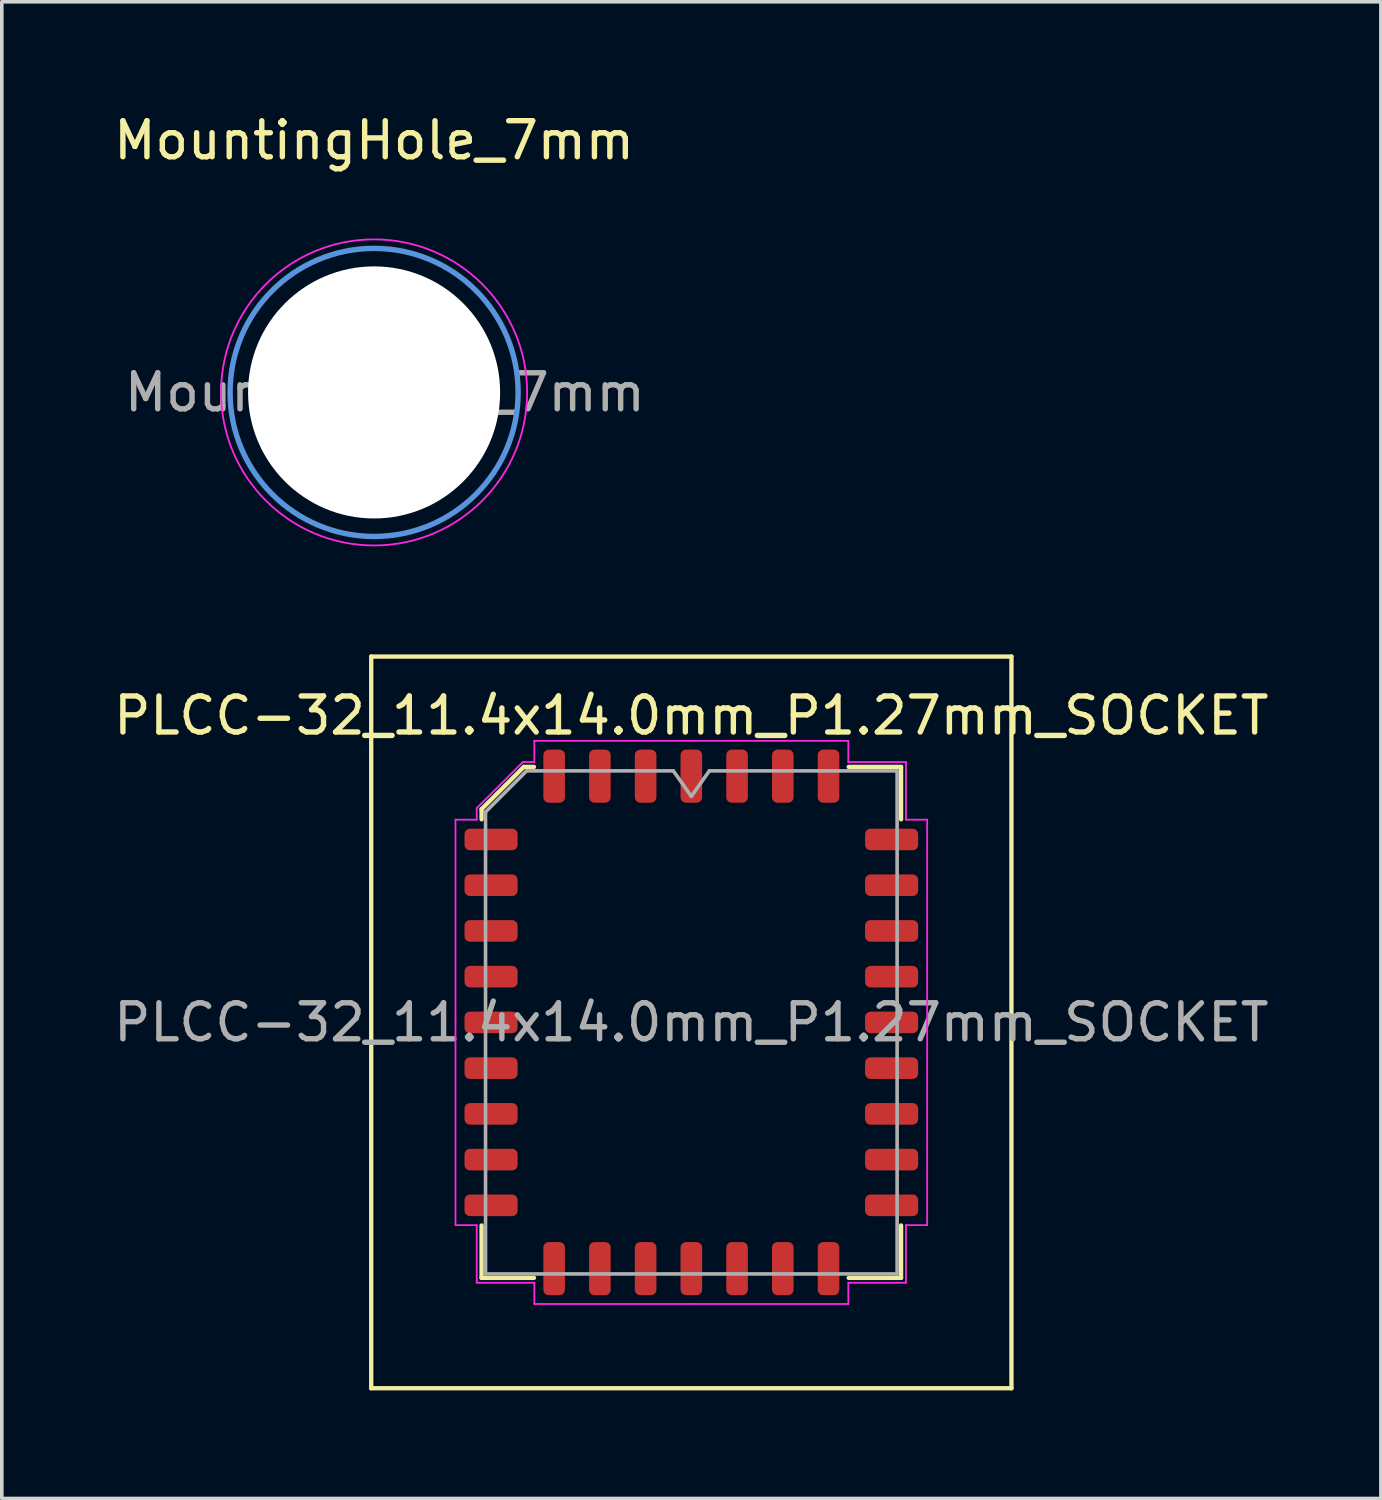
<source format=kicad_pcb>
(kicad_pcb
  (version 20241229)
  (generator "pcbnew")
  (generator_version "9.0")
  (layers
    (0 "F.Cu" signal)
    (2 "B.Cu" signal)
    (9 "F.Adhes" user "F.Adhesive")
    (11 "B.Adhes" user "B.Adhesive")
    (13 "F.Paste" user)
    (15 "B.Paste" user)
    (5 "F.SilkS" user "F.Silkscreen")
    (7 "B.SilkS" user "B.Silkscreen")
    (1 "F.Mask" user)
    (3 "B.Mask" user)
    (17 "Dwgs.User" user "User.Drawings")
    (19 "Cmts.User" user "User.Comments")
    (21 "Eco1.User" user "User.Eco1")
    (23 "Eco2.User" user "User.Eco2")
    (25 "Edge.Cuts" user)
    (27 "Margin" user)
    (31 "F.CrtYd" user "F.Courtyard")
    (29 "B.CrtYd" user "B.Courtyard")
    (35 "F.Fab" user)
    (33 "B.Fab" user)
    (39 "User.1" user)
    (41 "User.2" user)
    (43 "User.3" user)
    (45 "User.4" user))
  (footprint "PLCC-32_11.4x14.0mm_P1.27mm_SOCKET"
    (layer "F.Cu")
    (at 16.149 25.343)
    (property "Reference" "PLCC-32_11.4x14.0mm_P1.27mm_SOCKET" (at 0 -8.52 0) (layer "F.SilkS") (effects (font (size 1 1) (thickness 0.15))))
    (attr smd)
    (fp_line (start -8.89 -10.16) (end 8.89 -10.16) (stroke (width 0.12) (type solid)) (layer "F.SilkS"))
    (fp_line (start -8.89 10.16) (end -8.89 -10.16) (stroke (width 0.12) (type solid)) (layer "F.SilkS"))
    (fp_line (start -5.825 -5.923) (end -5.825 -5.64) (stroke (width 0.12) (type solid)) (layer "F.SilkS"))
    (fp_line (start -5.825 7.095) (end -5.825 5.64) (stroke (width 0.12) (type solid)) (layer "F.SilkS"))
    (fp_line (start -4.653 -7.095) (end -5.825 -5.923) (stroke (width 0.12) (type solid)) (layer "F.SilkS"))
    (fp_line (start -4.37 -7.095) (end -4.653 -7.095) (stroke (width 0.12) (type solid)) (layer "F.SilkS"))
    (fp_line (start -4.37 7.095) (end -5.825 7.095) (stroke (width 0.12) (type solid)) (layer "F.SilkS"))
    (fp_line (start 4.37 -7.095) (end 5.825 -7.095) (stroke (width 0.12) (type solid)) (layer "F.SilkS"))
    (fp_line (start 4.37 7.095) (end 5.825 7.095) (stroke (width 0.12) (type solid)) (layer "F.SilkS"))
    (fp_line (start 5.825 -7.095) (end 5.825 -5.64) (stroke (width 0.12) (type solid)) (layer "F.SilkS"))
    (fp_line (start 5.825 7.095) (end 5.825 5.64) (stroke (width 0.12) (type solid)) (layer "F.SilkS"))
    (fp_line (start 8.89 -10.16) (end 8.89 10.16) (stroke (width 0.12) (type solid)) (layer "F.SilkS"))
    (fp_line (start 8.89 10.16) (end -8.89 10.16) (stroke (width 0.12) (type solid)) (layer "F.SilkS"))
    (fp_line (start -6.55 -5.63) (end -6.55 0) (stroke (width 0.05) (type solid)) (layer "F.CrtYd"))
    (fp_line (start -6.55 5.63) (end -6.55 0) (stroke (width 0.05) (type solid)) (layer "F.CrtYd"))
    (fp_line (start -5.96 -5.95) (end -5.96 -5.63) (stroke (width 0.05) (type solid)) (layer "F.CrtYd"))
    (fp_line (start -5.96 -5.63) (end -6.55 -5.63) (stroke (width 0.05) (type solid)) (layer "F.CrtYd"))
    (fp_line (start -5.96 5.63) (end -6.55 5.63) (stroke (width 0.05) (type solid)) (layer "F.CrtYd"))
    (fp_line (start -5.96 7.23) (end -5.96 5.63) (stroke (width 0.05) (type solid)) (layer "F.CrtYd"))
    (fp_line (start -4.68 -7.23) (end -5.96 -5.95) (stroke (width 0.05) (type solid)) (layer "F.CrtYd"))
    (fp_line (start -4.36 -7.82) (end -4.36 -7.23) (stroke (width 0.05) (type solid)) (layer "F.CrtYd"))
    (fp_line (start -4.36 -7.23) (end -4.68 -7.23) (stroke (width 0.05) (type solid)) (layer "F.CrtYd"))
    (fp_line (start -4.36 7.23) (end -5.96 7.23) (stroke (width 0.05) (type solid)) (layer "F.CrtYd"))
    (fp_line (start -4.36 7.82) (end -4.36 7.23) (stroke (width 0.05) (type solid)) (layer "F.CrtYd"))
    (fp_line (start 0 -7.82) (end -4.36 -7.82) (stroke (width 0.05) (type solid)) (layer "F.CrtYd"))
    (fp_line (start 0 -7.82) (end 4.36 -7.82) (stroke (width 0.05) (type solid)) (layer "F.CrtYd"))
    (fp_line (start 0 7.82) (end -4.36 7.82) (stroke (width 0.05) (type solid)) (layer "F.CrtYd"))
    (fp_line (start 0 7.82) (end 4.36 7.82) (stroke (width 0.05) (type solid)) (layer "F.CrtYd"))
    (fp_line (start 4.36 -7.82) (end 4.36 -7.23) (stroke (width 0.05) (type solid)) (layer "F.CrtYd"))
    (fp_line (start 4.36 -7.23) (end 5.96 -7.23) (stroke (width 0.05) (type solid)) (layer "F.CrtYd"))
    (fp_line (start 4.36 7.23) (end 5.96 7.23) (stroke (width 0.05) (type solid)) (layer "F.CrtYd"))
    (fp_line (start 4.36 7.82) (end 4.36 7.23) (stroke (width 0.05) (type solid)) (layer "F.CrtYd"))
    (fp_line (start 5.96 -7.23) (end 5.96 -5.63) (stroke (width 0.05) (type solid)) (layer "F.CrtYd"))
    (fp_line (start 5.96 -5.63) (end 6.55 -5.63) (stroke (width 0.05) (type solid)) (layer "F.CrtYd"))
    (fp_line (start 5.96 5.63) (end 6.55 5.63) (stroke (width 0.05) (type solid)) (layer "F.CrtYd"))
    (fp_line (start 5.96 7.23) (end 5.96 5.63) (stroke (width 0.05) (type solid)) (layer "F.CrtYd"))
    (fp_line (start 6.55 -5.63) (end 6.55 0) (stroke (width 0.05) (type solid)) (layer "F.CrtYd"))
    (fp_line (start 6.55 5.63) (end 6.55 0) (stroke (width 0.05) (type solid)) (layer "F.CrtYd"))
    (fp_line (start -5.715 -5.845) (end -4.575 -6.985) (stroke (width 0.1) (type solid)) (layer "F.Fab"))
    (fp_line (start -5.715 6.985) (end -5.715 -5.845) (stroke (width 0.1) (type solid)) (layer "F.Fab"))
    (fp_line (start -4.575 -6.985) (end -0.5 -6.985) (stroke (width 0.1) (type solid)) (layer "F.Fab"))
    (fp_line (start -0.5 -6.985) (end 0 -6.278) (stroke (width 0.1) (type solid)) (layer "F.Fab"))
    (fp_line (start 0 -6.278) (end 0.5 -6.985) (stroke (width 0.1) (type solid)) (layer "F.Fab"))
    (fp_line (start 0.5 -6.985) (end 5.715 -6.985) (stroke (width 0.1) (type solid)) (layer "F.Fab"))
    (fp_line (start 5.715 -6.985) (end 5.715 6.985) (stroke (width 0.1) (type solid)) (layer "F.Fab"))
    (fp_line (start 5.715 6.985) (end -5.715 6.985) (stroke (width 0.1) (type solid)) (layer "F.Fab"))
    (fp_text user "${REFERENCE}" (at 0 0 0) (layer "F.Fab") (effects (font (size 1 1) (thickness 0.15))))
    (pad "1" smd roundrect (at 0 -6.838) (size 0.6 1.475) (layers "F.Cu" "F.Mask" "F.Paste") (roundrect_rratio 0.25))
    (pad "2" smd roundrect (at -1.27 -6.838) (size 0.6 1.475) (layers "F.Cu" "F.Mask" "F.Paste") (roundrect_rratio 0.25))
    (pad "3" smd roundrect (at -2.54 -6.838) (size 0.6 1.475) (layers "F.Cu" "F.Mask" "F.Paste") (roundrect_rratio 0.25))
    (pad "4" smd roundrect (at -3.81 -6.838) (size 0.6 1.475) (layers "F.Cu" "F.Mask" "F.Paste") (roundrect_rratio 0.25))
    (pad "5" smd roundrect (at -5.562 -5.08) (size 1.475 0.6) (layers "F.Cu" "F.Mask" "F.Paste") (roundrect_rratio 0.25))
    (pad "6" smd roundrect (at -5.562 -3.81) (size 1.475 0.6) (layers "F.Cu" "F.Mask" "F.Paste") (roundrect_rratio 0.25))
    (pad "7" smd roundrect (at -5.562 -2.54) (size 1.475 0.6) (layers "F.Cu" "F.Mask" "F.Paste") (roundrect_rratio 0.25))
    (pad "8" smd roundrect (at -5.562 -1.27) (size 1.475 0.6) (layers "F.Cu" "F.Mask" "F.Paste") (roundrect_rratio 0.25))
    (pad "9" smd roundrect (at -5.562 0) (size 1.475 0.6) (layers "F.Cu" "F.Mask" "F.Paste") (roundrect_rratio 0.25))
    (pad "10" smd roundrect (at -5.562 1.27) (size 1.475 0.6) (layers "F.Cu" "F.Mask" "F.Paste") (roundrect_rratio 0.25))
    (pad "11" smd roundrect (at -5.562 2.54) (size 1.475 0.6) (layers "F.Cu" "F.Mask" "F.Paste") (roundrect_rratio 0.25))
    (pad "12" smd roundrect (at -5.562 3.81) (size 1.475 0.6) (layers "F.Cu" "F.Mask" "F.Paste") (roundrect_rratio 0.25))
    (pad "13" smd roundrect (at -5.562 5.08) (size 1.475 0.6) (layers "F.Cu" "F.Mask" "F.Paste") (roundrect_rratio 0.25))
    (pad "14" smd roundrect (at -3.81 6.838) (size 0.6 1.475) (layers "F.Cu" "F.Mask" "F.Paste") (roundrect_rratio 0.25))
    (pad "15" smd roundrect (at -2.54 6.838) (size 0.6 1.475) (layers "F.Cu" "F.Mask" "F.Paste") (roundrect_rratio 0.25))
    (pad "16" smd roundrect (at -1.27 6.838) (size 0.6 1.475) (layers "F.Cu" "F.Mask" "F.Paste") (roundrect_rratio 0.25))
    (pad "17" smd roundrect (at 0 6.838) (size 0.6 1.475) (layers "F.Cu" "F.Mask" "F.Paste") (roundrect_rratio 0.25))
    (pad "18" smd roundrect (at 1.27 6.838) (size 0.6 1.475) (layers "F.Cu" "F.Mask" "F.Paste") (roundrect_rratio 0.25))
    (pad "19" smd roundrect (at 2.54 6.838) (size 0.6 1.475) (layers "F.Cu" "F.Mask" "F.Paste") (roundrect_rratio 0.25))
    (pad "20" smd roundrect (at 3.81 6.838) (size 0.6 1.475) (layers "F.Cu" "F.Mask" "F.Paste") (roundrect_rratio 0.25))
    (pad "21" smd roundrect (at 5.562 5.08) (size 1.475 0.6) (layers "F.Cu" "F.Mask" "F.Paste") (roundrect_rratio 0.25))
    (pad "22" smd roundrect (at 5.562 3.81) (size 1.475 0.6) (layers "F.Cu" "F.Mask" "F.Paste") (roundrect_rratio 0.25))
    (pad "23" smd roundrect (at 5.562 2.54) (size 1.475 0.6) (layers "F.Cu" "F.Mask" "F.Paste") (roundrect_rratio 0.25))
    (pad "24" smd roundrect (at 5.562 1.27) (size 1.475 0.6) (layers "F.Cu" "F.Mask" "F.Paste") (roundrect_rratio 0.25))
    (pad "25" smd roundrect (at 5.562 0) (size 1.475 0.6) (layers "F.Cu" "F.Mask" "F.Paste") (roundrect_rratio 0.25))
    (pad "26" smd roundrect (at 5.562 -1.27) (size 1.475 0.6) (layers "F.Cu" "F.Mask" "F.Paste") (roundrect_rratio 0.25))
    (pad "27" smd roundrect (at 5.562 -2.54) (size 1.475 0.6) (layers "F.Cu" "F.Mask" "F.Paste") (roundrect_rratio 0.25))
    (pad "28" smd roundrect (at 5.562 -3.81) (size 1.475 0.6) (layers "F.Cu" "F.Mask" "F.Paste") (roundrect_rratio 0.25))
    (pad "29" smd roundrect (at 5.562 -5.08) (size 1.475 0.6) (layers "F.Cu" "F.Mask" "F.Paste") (roundrect_rratio 0.25))
    (pad "30" smd roundrect (at 3.81 -6.838) (size 0.6 1.475) (layers "F.Cu" "F.Mask" "F.Paste") (roundrect_rratio 0.25))
    (pad "31" smd roundrect (at 2.54 -6.838) (size 0.6 1.475) (layers "F.Cu" "F.Mask" "F.Paste") (roundrect_rratio 0.25))
    (pad "32" smd roundrect (at 1.27 -6.838) (size 0.6 1.475) (layers "F.Cu" "F.Mask" "F.Paste") (roundrect_rratio 0.25)))
  (footprint "MountingHole_7mm"
    (layer "F.Cu")
    (at 7.339 7.848)
    (property "Reference" "MountingHole_7mm" (at 0 -7 0) (layer "F.SilkS") (effects (font (size 1 1) (thickness 0.15))))
    (attr exclude_from_pos_files exclude_from_bom)
    (fp_circle (center 0 0) (end 4 0) (stroke (width 0.15) (type solid)) (fill no) (layer "Cmts.User"))
    (fp_circle (center 0 0) (end 4.25 0) (stroke (width 0.05) (type solid)) (fill no) (layer "F.CrtYd"))
    (fp_text user "${REFERENCE}" (at 0.3 0 0) (layer "F.Fab") (effects (font (size 1 1) (thickness 0.15))))
    (pad "" np_thru_hole circle (at 0 0) (size 7 7) (drill 7) (layers "*.Cu" "*.Mask")))
  (gr_rect
    (start -3 -3)
    (end 35.298 38.563)
    (stroke (width 0.1) (type default))
    (fill no)
    (layer "Edge.Cuts")))
</source>
